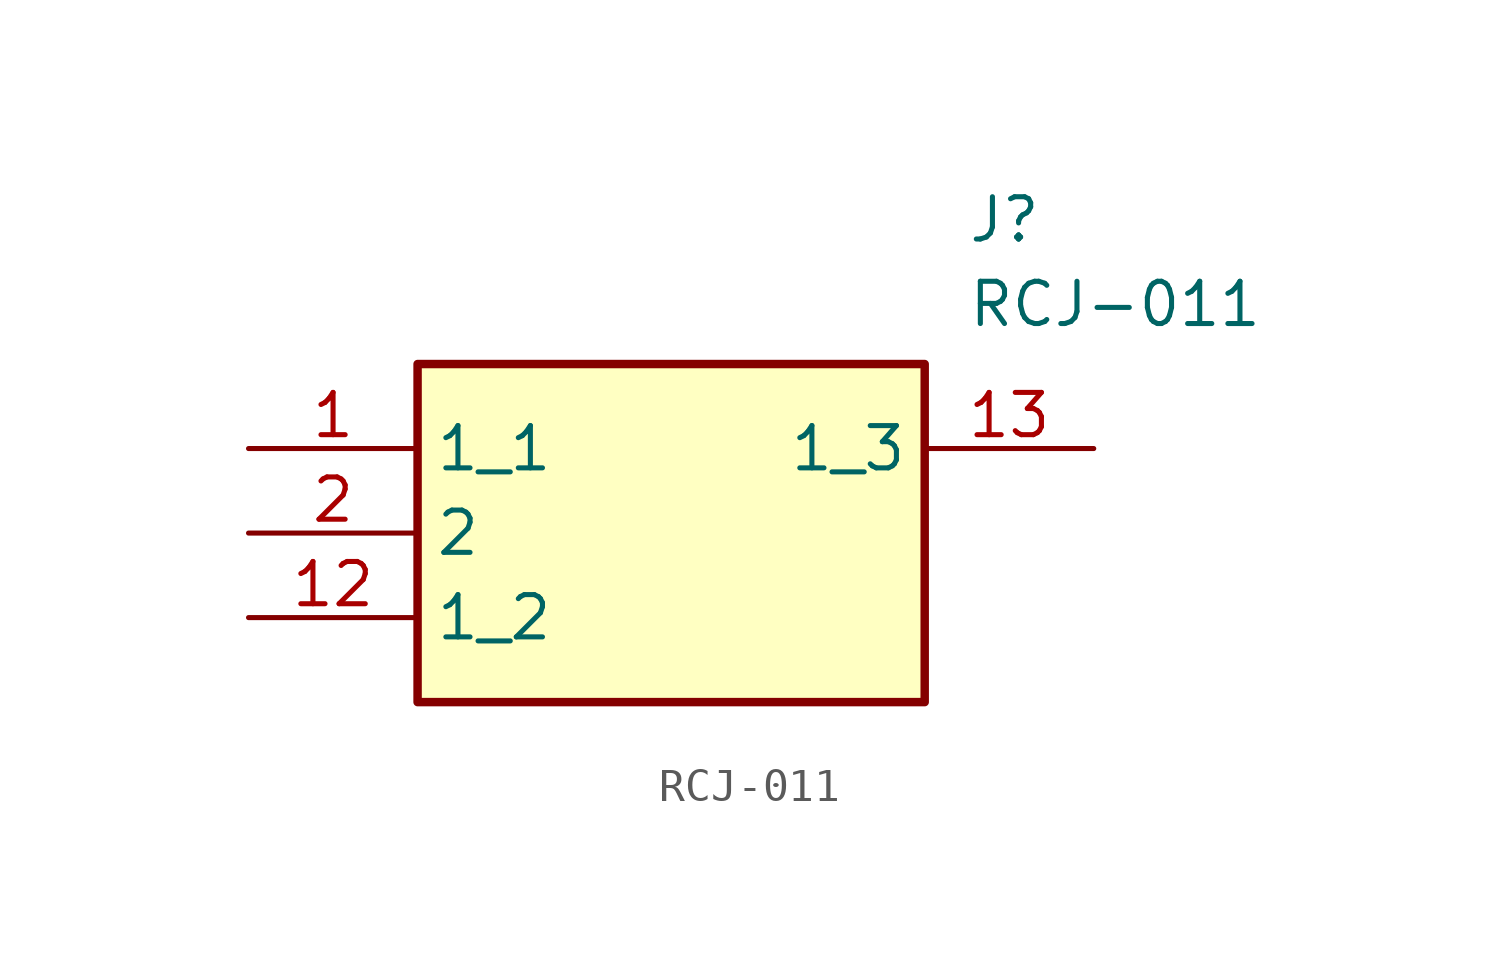
<source format=kicad_sym>
(kicad_symbol_lib
  (version 20211014)
  (generator SamacSys_ECAD_Model)
  (symbol "RCJ-011"
    (property "Reference" "J"
      (at 21.59 7.62 0)
      (effects (font (size 1.27 1.27)) (justify left top)))
    (property "Value" "RCJ-011"
      (at 21.59 5.08 0)
      (effects (font (size 1.27 1.27)) (justify left top)))
    (rectangle
      (start 5.08 2.54)
      (end 20.32 -7.62)
      (stroke (width 0.254) (type default))
      (fill (type background)))
    (pin passive line
      (at 0 0 0)
      (length 5.08)
      (name "1_1" (effects (font (size 1.27 1.27))))
      (number "1" (effects (font (size 1.27 1.27)))))
    (pin passive line
      (at 0 -2.54 0)
      (length 5.08)
      (name "2" (effects (font (size 1.27 1.27))))
      (number "2" (effects (font (size 1.27 1.27)))))
    (pin passive line
      (at 0 -5.08 0)
      (length 5.08)
      (name "1_2" (effects (font (size 1.27 1.27))))
      (number "12" (effects (font (size 1.27 1.27)))))
    (pin passive line
      (at 25.4 0 180)
      (length 5.08)
      (name "1_3" (effects (font (size 1.27 1.27))))
      (number "13" (effects (font (size 1.27 1.27)))))))
</source>
